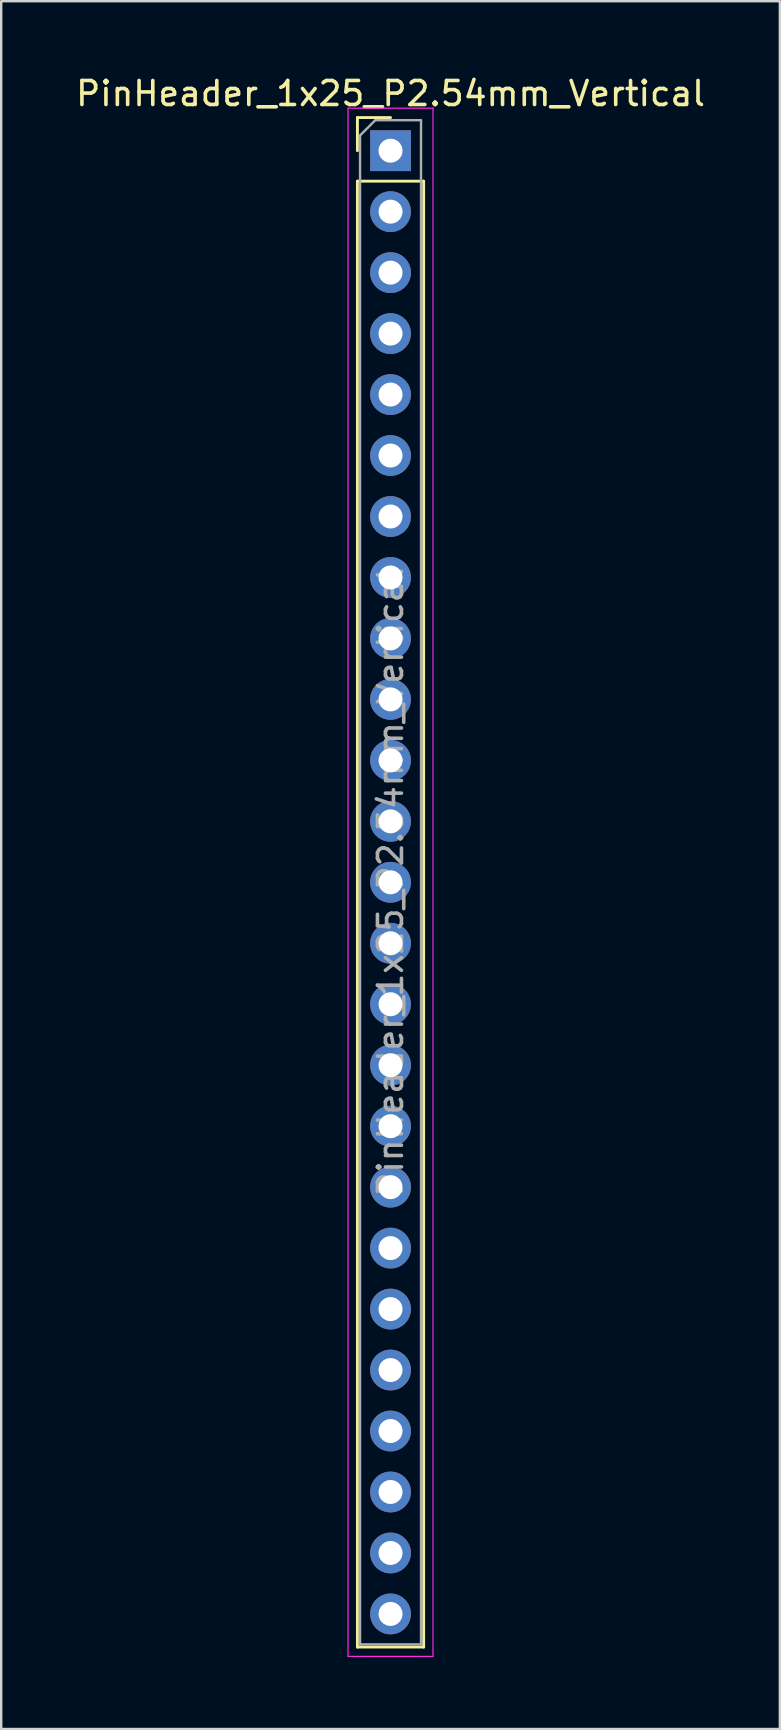
<source format=kicad_pcb>
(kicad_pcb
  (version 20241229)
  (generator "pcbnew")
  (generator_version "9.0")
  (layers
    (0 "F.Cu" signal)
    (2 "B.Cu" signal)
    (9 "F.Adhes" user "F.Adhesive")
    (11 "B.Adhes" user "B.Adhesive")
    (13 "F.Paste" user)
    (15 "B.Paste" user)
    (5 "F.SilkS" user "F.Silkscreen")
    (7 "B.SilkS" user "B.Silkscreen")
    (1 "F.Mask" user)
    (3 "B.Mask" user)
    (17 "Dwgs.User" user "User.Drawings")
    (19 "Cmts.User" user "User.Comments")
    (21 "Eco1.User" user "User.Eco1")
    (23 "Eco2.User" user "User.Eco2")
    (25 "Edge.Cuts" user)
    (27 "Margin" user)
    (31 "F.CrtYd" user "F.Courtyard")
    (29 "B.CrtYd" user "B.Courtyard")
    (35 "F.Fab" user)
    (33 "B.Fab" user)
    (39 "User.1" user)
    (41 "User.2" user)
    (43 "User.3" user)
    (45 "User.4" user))
  (footprint "PinHeader_1x25_P2.54mm_Vertical"
    (layer "F.Cu")
    (at 13.22 3.228)
    (property "Reference" "PinHeader_1x25_P2.54mm_Vertical" (at 0 -2.38 0) (layer "F.SilkS") (effects (font (size 1 1) (thickness 0.15))))
    (attr through_hole)
    (fp_line (start -1.38 -1.38) (end 0 -1.38) (stroke (width 0.12) (type solid)) (layer "F.SilkS"))
    (fp_line (start -1.38 0) (end -1.38 -1.38) (stroke (width 0.12) (type solid)) (layer "F.SilkS"))
    (fp_line (start -1.38 1.27) (end -1.38 62.34) (stroke (width 0.12) (type solid)) (layer "F.SilkS"))
    (fp_line (start -1.38 1.27) (end 1.38 1.27) (stroke (width 0.12) (type solid)) (layer "F.SilkS"))
    (fp_line (start -1.38 62.34) (end 1.38 62.34) (stroke (width 0.12) (type solid)) (layer "F.SilkS"))
    (fp_line (start 1.38 1.27) (end 1.38 62.34) (stroke (width 0.12) (type solid)) (layer "F.SilkS"))
    (fp_line (start -1.77 -1.77) (end -1.77 62.73) (stroke (width 0.05) (type solid)) (layer "F.CrtYd"))
    (fp_line (start -1.77 62.73) (end 1.77 62.73) (stroke (width 0.05) (type solid)) (layer "F.CrtYd"))
    (fp_line (start 1.77 -1.77) (end -1.77 -1.77) (stroke (width 0.05) (type solid)) (layer "F.CrtYd"))
    (fp_line (start 1.77 62.73) (end 1.77 -1.77) (stroke (width 0.05) (type solid)) (layer "F.CrtYd"))
    (fp_line (start -1.27 -0.635) (end -0.635 -1.27) (stroke (width 0.1) (type solid)) (layer "F.Fab"))
    (fp_line (start -1.27 62.23) (end -1.27 -0.635) (stroke (width 0.1) (type solid)) (layer "F.Fab"))
    (fp_line (start -0.635 -1.27) (end 1.27 -1.27) (stroke (width 0.1) (type solid)) (layer "F.Fab"))
    (fp_line (start 1.27 -1.27) (end 1.27 62.23) (stroke (width 0.1) (type solid)) (layer "F.Fab"))
    (fp_line (start 1.27 62.23) (end -1.27 62.23) (stroke (width 0.1) (type solid)) (layer "F.Fab"))
    (fp_text user "${REFERENCE}" (at 0 30.48 90) (layer "F.Fab") (effects (font (size 1 1) (thickness 0.15))))
    (pad "1" thru_hole rect (at 0 0) (size 1.7 1.7) (drill 1) (layers "*.Cu" "*.Mask"))
    (pad "2" thru_hole circle (at 0 2.54) (size 1.7 1.7) (drill 1) (layers "*.Cu" "*.Mask"))
    (pad "3" thru_hole circle (at 0 5.08) (size 1.7 1.7) (drill 1) (layers "*.Cu" "*.Mask"))
    (pad "4" thru_hole circle (at 0 7.62) (size 1.7 1.7) (drill 1) (layers "*.Cu" "*.Mask"))
    (pad "5" thru_hole circle (at 0 10.16) (size 1.7 1.7) (drill 1) (layers "*.Cu" "*.Mask"))
    (pad "6" thru_hole circle (at 0 12.7) (size 1.7 1.7) (drill 1) (layers "*.Cu" "*.Mask"))
    (pad "7" thru_hole circle (at 0 15.24) (size 1.7 1.7) (drill 1) (layers "*.Cu" "*.Mask"))
    (pad "8" thru_hole circle (at 0 17.78) (size 1.7 1.7) (drill 1) (layers "*.Cu" "*.Mask"))
    (pad "9" thru_hole circle (at 0 20.32) (size 1.7 1.7) (drill 1) (layers "*.Cu" "*.Mask"))
    (pad "10" thru_hole circle (at 0 22.86) (size 1.7 1.7) (drill 1) (layers "*.Cu" "*.Mask"))
    (pad "11" thru_hole circle (at 0 25.4) (size 1.7 1.7) (drill 1) (layers "*.Cu" "*.Mask"))
    (pad "12" thru_hole circle (at 0 27.94) (size 1.7 1.7) (drill 1) (layers "*.Cu" "*.Mask"))
    (pad "13" thru_hole circle (at 0 30.48) (size 1.7 1.7) (drill 1) (layers "*.Cu" "*.Mask"))
    (pad "14" thru_hole circle (at 0 33.02) (size 1.7 1.7) (drill 1) (layers "*.Cu" "*.Mask"))
    (pad "15" thru_hole circle (at 0 35.56) (size 1.7 1.7) (drill 1) (layers "*.Cu" "*.Mask"))
    (pad "16" thru_hole circle (at 0 38.1) (size 1.7 1.7) (drill 1) (layers "*.Cu" "*.Mask"))
    (pad "17" thru_hole circle (at 0 40.64) (size 1.7 1.7) (drill 1) (layers "*.Cu" "*.Mask"))
    (pad "18" thru_hole circle (at 0 43.18) (size 1.7 1.7) (drill 1) (layers "*.Cu" "*.Mask"))
    (pad "19" thru_hole circle (at 0 45.72) (size 1.7 1.7) (drill 1) (layers "*.Cu" "*.Mask"))
    (pad "20" thru_hole circle (at 0 48.26) (size 1.7 1.7) (drill 1) (layers "*.Cu" "*.Mask"))
    (pad "21" thru_hole circle (at 0 50.8) (size 1.7 1.7) (drill 1) (layers "*.Cu" "*.Mask"))
    (pad "22" thru_hole circle (at 0 53.34) (size 1.7 1.7) (drill 1) (layers "*.Cu" "*.Mask"))
    (pad "23" thru_hole circle (at 0 55.88) (size 1.7 1.7) (drill 1) (layers "*.Cu" "*.Mask"))
    (pad "24" thru_hole circle (at 0 58.42) (size 1.7 1.7) (drill 1) (layers "*.Cu" "*.Mask"))
    (pad "25" thru_hole circle (at 0 60.96) (size 1.7 1.7) (drill 1) (layers "*.Cu" "*.Mask")))
  (gr_rect
    (start -3 -3)
    (end 29.44 68.983)
    (stroke (width 0.1) (type default))
    (fill no)
    (layer "Edge.Cuts")))
</source>
